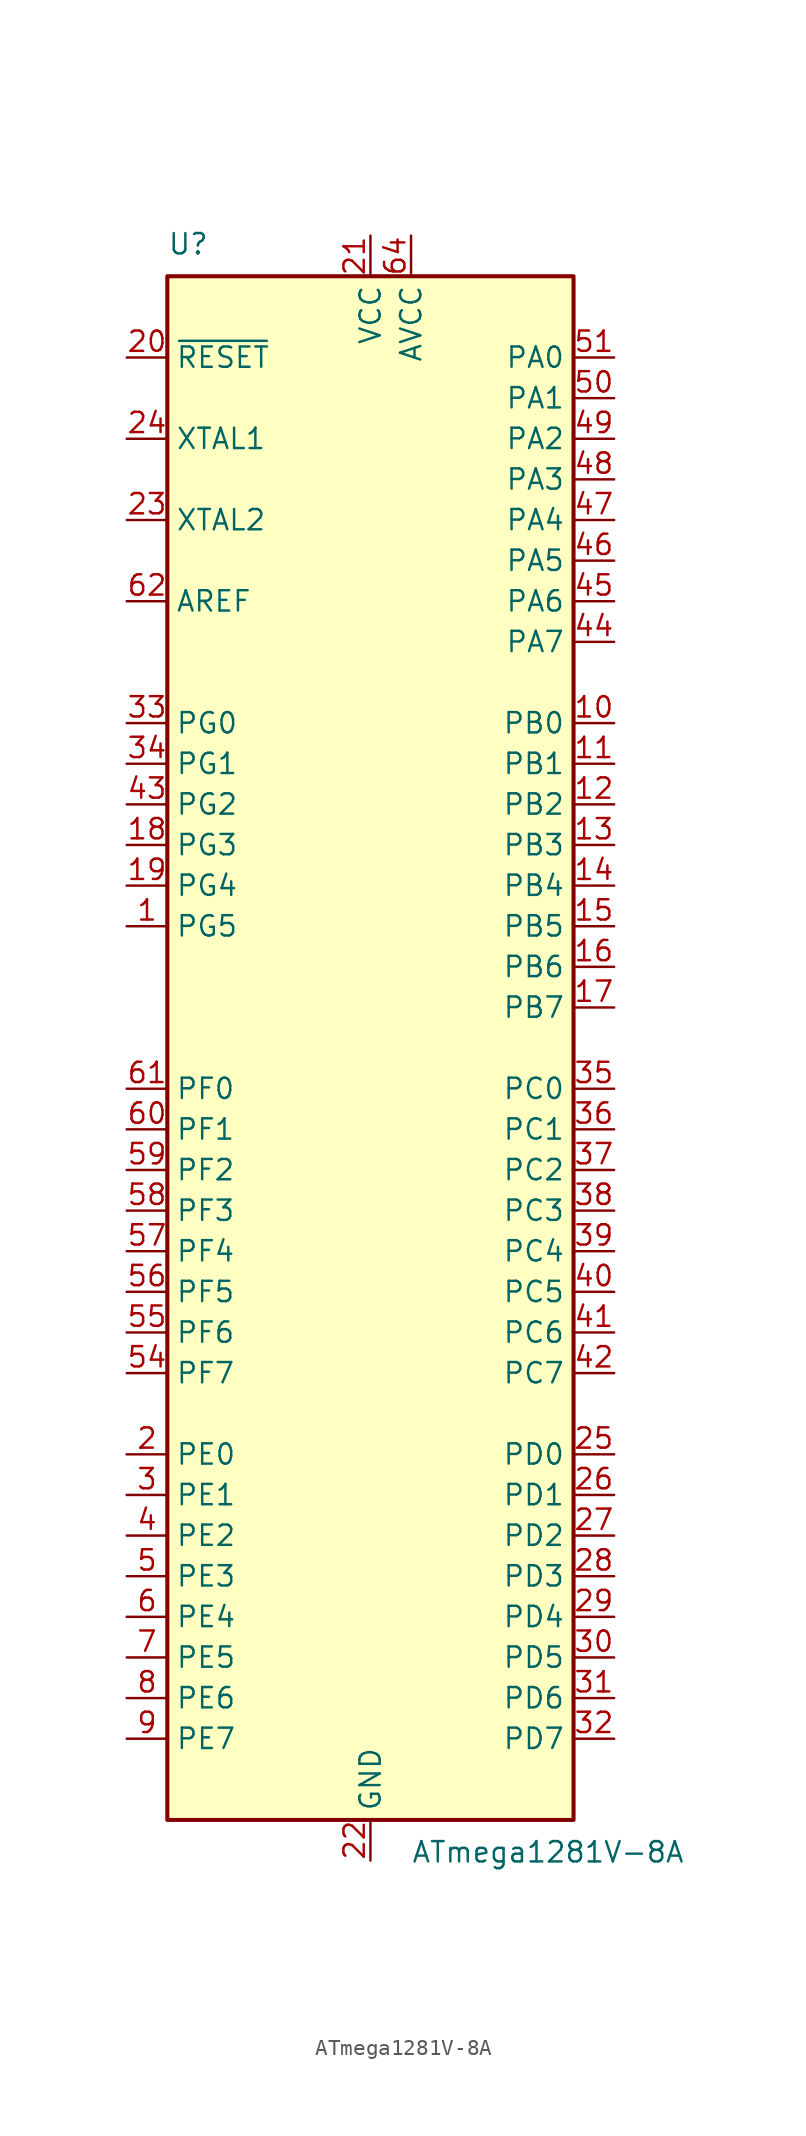
<source format=kicad_sym>
(kicad_symbol_lib
  (version 20241209)
  (generator "kicad_symbol_editor")
  (generator_version "9.0")
  (symbol "ATmega1281V-8A"
    (property "Reference" "U"
      (at -12.7 49.53 0)
      (effects (font (size 1.27 1.27)) (justify left bottom)))
    (property "Value" "ATmega1281V-8A"
      (at 2.54 -49.53 0)
      (effects (font (size 1.27 1.27)) (justify left top)))
    (symbol "ATmega1281V-8A_0_1"
      (rectangle (start -12.7 -48.26) (end 12.7 48.26) (stroke (width 0.254) (type default)) (fill (type background))))
    (symbol "ATmega1281V-8A_1_1"
      (pin input line (at -15.24 43.18 0) (length 2.54) (name "~{RESET}" (effects (font (size 1.27 1.27)))) (number "20" (effects (font (size 1.27 1.27)))))
      (pin input line (at -15.24 38.1 0) (length 2.54) (name "XTAL1" (effects (font (size 1.27 1.27)))) (number "24" (effects (font (size 1.27 1.27)))))
      (pin output line (at -15.24 33.02 0) (length 2.54) (name "XTAL2" (effects (font (size 1.27 1.27)))) (number "23" (effects (font (size 1.27 1.27)))))
      (pin passive line (at -15.24 27.94 0) (length 2.54) (name "AREF" (effects (font (size 1.27 1.27)))) (number "62" (effects (font (size 1.27 1.27)))))
      (pin bidirectional line (at -15.24 20.32 0) (length 2.54) (name "PG0" (effects (font (size 1.27 1.27)))) (number "33" (effects (font (size 1.27 1.27)))))
      (pin bidirectional line (at -15.24 17.78 0) (length 2.54) (name "PG1" (effects (font (size 1.27 1.27)))) (number "34" (effects (font (size 1.27 1.27)))))
      (pin bidirectional line (at -15.24 15.24 0) (length 2.54) (name "PG2" (effects (font (size 1.27 1.27)))) (number "43" (effects (font (size 1.27 1.27)))))
      (pin bidirectional line (at -15.24 12.7 0) (length 2.54) (name "PG3" (effects (font (size 1.27 1.27)))) (number "18" (effects (font (size 1.27 1.27)))))
      (pin bidirectional line (at -15.24 10.16 0) (length 2.54) (name "PG4" (effects (font (size 1.27 1.27)))) (number "19" (effects (font (size 1.27 1.27)))))
      (pin bidirectional line (at -15.24 7.62 0) (length 2.54) (name "PG5" (effects (font (size 1.27 1.27)))) (number "1" (effects (font (size 1.27 1.27)))))
      (pin bidirectional line (at -15.24 -2.54 0) (length 2.54) (name "PF0" (effects (font (size 1.27 1.27)))) (number "61" (effects (font (size 1.27 1.27)))))
      (pin bidirectional line (at -15.24 -5.08 0) (length 2.54) (name "PF1" (effects (font (size 1.27 1.27)))) (number "60" (effects (font (size 1.27 1.27)))))
      (pin bidirectional line (at -15.24 -7.62 0) (length 2.54) (name "PF2" (effects (font (size 1.27 1.27)))) (number "59" (effects (font (size 1.27 1.27)))))
      (pin bidirectional line (at -15.24 -10.16 0) (length 2.54) (name "PF3" (effects (font (size 1.27 1.27)))) (number "58" (effects (font (size 1.27 1.27)))))
      (pin bidirectional line (at -15.24 -12.7 0) (length 2.54) (name "PF4" (effects (font (size 1.27 1.27)))) (number "57" (effects (font (size 1.27 1.27)))))
      (pin bidirectional line (at -15.24 -15.24 0) (length 2.54) (name "PF5" (effects (font (size 1.27 1.27)))) (number "56" (effects (font (size 1.27 1.27)))))
      (pin bidirectional line (at -15.24 -17.78 0) (length 2.54) (name "PF6" (effects (font (size 1.27 1.27)))) (number "55" (effects (font (size 1.27 1.27)))))
      (pin bidirectional line (at -15.24 -20.32 0) (length 2.54) (name "PF7" (effects (font (size 1.27 1.27)))) (number "54" (effects (font (size 1.27 1.27)))))
      (pin bidirectional line (at -15.24 -25.4 0) (length 2.54) (name "PE0" (effects (font (size 1.27 1.27)))) (number "2" (effects (font (size 1.27 1.27)))))
      (pin bidirectional line (at -15.24 -27.94 0) (length 2.54) (name "PE1" (effects (font (size 1.27 1.27)))) (number "3" (effects (font (size 1.27 1.27)))))
      (pin bidirectional line (at -15.24 -30.48 0) (length 2.54) (name "PE2" (effects (font (size 1.27 1.27)))) (number "4" (effects (font (size 1.27 1.27)))))
      (pin bidirectional line (at -15.24 -33.02 0) (length 2.54) (name "PE3" (effects (font (size 1.27 1.27)))) (number "5" (effects (font (size 1.27 1.27)))))
      (pin bidirectional line (at -15.24 -35.56 0) (length 2.54) (name "PE4" (effects (font (size 1.27 1.27)))) (number "6" (effects (font (size 1.27 1.27)))))
      (pin bidirectional line (at -15.24 -38.1 0) (length 2.54) (name "PE5" (effects (font (size 1.27 1.27)))) (number "7" (effects (font (size 1.27 1.27)))))
      (pin bidirectional line (at -15.24 -40.64 0) (length 2.54) (name "PE6" (effects (font (size 1.27 1.27)))) (number "8" (effects (font (size 1.27 1.27)))))
      (pin bidirectional line (at -15.24 -43.18 0) (length 2.54) (name "PE7" (effects (font (size 1.27 1.27)))) (number "9" (effects (font (size 1.27 1.27)))))
      (pin power_in line (at 0 50.8 270) (length 2.54) (name "VCC" (effects (font (size 1.27 1.27)))) (number "21" (effects (font (size 1.27 1.27)))))
      (pin passive line (at 0 50.8 270) (length 2.54) (hide yes) (name "VCC" (effects (font (size 1.27 1.27)))) (number "52" (effects (font (size 1.27 1.27)))))
      (pin power_in line (at 0 -50.8 90) (length 2.54) (name "GND" (effects (font (size 1.27 1.27)))) (number "22" (effects (font (size 1.27 1.27)))))
      (pin passive line (at 0 -50.8 90) (length 2.54) (hide yes) (name "GND" (effects (font (size 1.27 1.27)))) (number "53" (effects (font (size 1.27 1.27)))))
      (pin passive line (at 0 -50.8 90) (length 2.54) (hide yes) (name "GND" (effects (font (size 1.27 1.27)))) (number "63" (effects (font (size 1.27 1.27)))))
      (pin power_in line (at 2.54 50.8 270) (length 2.54) (name "AVCC" (effects (font (size 1.27 1.27)))) (number "64" (effects (font (size 1.27 1.27)))))
      (pin bidirectional line (at 15.24 43.18 180) (length 2.54) (name "PA0" (effects (font (size 1.27 1.27)))) (number "51" (effects (font (size 1.27 1.27)))))
      (pin bidirectional line (at 15.24 40.64 180) (length 2.54) (name "PA1" (effects (font (size 1.27 1.27)))) (number "50" (effects (font (size 1.27 1.27)))))
      (pin bidirectional line (at 15.24 38.1 180) (length 2.54) (name "PA2" (effects (font (size 1.27 1.27)))) (number "49" (effects (font (size 1.27 1.27)))))
      (pin bidirectional line (at 15.24 35.56 180) (length 2.54) (name "PA3" (effects (font (size 1.27 1.27)))) (number "48" (effects (font (size 1.27 1.27)))))
      (pin bidirectional line (at 15.24 33.02 180) (length 2.54) (name "PA4" (effects (font (size 1.27 1.27)))) (number "47" (effects (font (size 1.27 1.27)))))
      (pin bidirectional line (at 15.24 30.48 180) (length 2.54) (name "PA5" (effects (font (size 1.27 1.27)))) (number "46" (effects (font (size 1.27 1.27)))))
      (pin bidirectional line (at 15.24 27.94 180) (length 2.54) (name "PA6" (effects (font (size 1.27 1.27)))) (number "45" (effects (font (size 1.27 1.27)))))
      (pin bidirectional line (at 15.24 25.4 180) (length 2.54) (name "PA7" (effects (font (size 1.27 1.27)))) (number "44" (effects (font (size 1.27 1.27)))))
      (pin bidirectional line (at 15.24 20.32 180) (length 2.54) (name "PB0" (effects (font (size 1.27 1.27)))) (number "10" (effects (font (size 1.27 1.27)))))
      (pin bidirectional line (at 15.24 17.78 180) (length 2.54) (name "PB1" (effects (font (size 1.27 1.27)))) (number "11" (effects (font (size 1.27 1.27)))))
      (pin bidirectional line (at 15.24 15.24 180) (length 2.54) (name "PB2" (effects (font (size 1.27 1.27)))) (number "12" (effects (font (size 1.27 1.27)))))
      (pin bidirectional line (at 15.24 12.7 180) (length 2.54) (name "PB3" (effects (font (size 1.27 1.27)))) (number "13" (effects (font (size 1.27 1.27)))))
      (pin bidirectional line (at 15.24 10.16 180) (length 2.54) (name "PB4" (effects (font (size 1.27 1.27)))) (number "14" (effects (font (size 1.27 1.27)))))
      (pin bidirectional line (at 15.24 7.62 180) (length 2.54) (name "PB5" (effects (font (size 1.27 1.27)))) (number "15" (effects (font (size 1.27 1.27)))))
      (pin bidirectional line (at 15.24 5.08 180) (length 2.54) (name "PB6" (effects (font (size 1.27 1.27)))) (number "16" (effects (font (size 1.27 1.27)))))
      (pin bidirectional line (at 15.24 2.54 180) (length 2.54) (name "PB7" (effects (font (size 1.27 1.27)))) (number "17" (effects (font (size 1.27 1.27)))))
      (pin bidirectional line (at 15.24 -2.54 180) (length 2.54) (name "PC0" (effects (font (size 1.27 1.27)))) (number "35" (effects (font (size 1.27 1.27)))))
      (pin bidirectional line (at 15.24 -5.08 180) (length 2.54) (name "PC1" (effects (font (size 1.27 1.27)))) (number "36" (effects (font (size 1.27 1.27)))))
      (pin bidirectional line (at 15.24 -7.62 180) (length 2.54) (name "PC2" (effects (font (size 1.27 1.27)))) (number "37" (effects (font (size 1.27 1.27)))))
      (pin bidirectional line (at 15.24 -10.16 180) (length 2.54) (name "PC3" (effects (font (size 1.27 1.27)))) (number "38" (effects (font (size 1.27 1.27)))))
      (pin bidirectional line (at 15.24 -12.7 180) (length 2.54) (name "PC4" (effects (font (size 1.27 1.27)))) (number "39" (effects (font (size 1.27 1.27)))))
      (pin bidirectional line (at 15.24 -15.24 180) (length 2.54) (name "PC5" (effects (font (size 1.27 1.27)))) (number "40" (effects (font (size 1.27 1.27)))))
      (pin bidirectional line (at 15.24 -17.78 180) (length 2.54) (name "PC6" (effects (font (size 1.27 1.27)))) (number "41" (effects (font (size 1.27 1.27)))))
      (pin bidirectional line (at 15.24 -20.32 180) (length 2.54) (name "PC7" (effects (font (size 1.27 1.27)))) (number "42" (effects (font (size 1.27 1.27)))))
      (pin bidirectional line (at 15.24 -25.4 180) (length 2.54) (name "PD0" (effects (font (size 1.27 1.27)))) (number "25" (effects (font (size 1.27 1.27)))))
      (pin bidirectional line (at 15.24 -27.94 180) (length 2.54) (name "PD1" (effects (font (size 1.27 1.27)))) (number "26" (effects (font (size 1.27 1.27)))))
      (pin bidirectional line (at 15.24 -30.48 180) (length 2.54) (name "PD2" (effects (font (size 1.27 1.27)))) (number "27" (effects (font (size 1.27 1.27)))))
      (pin bidirectional line (at 15.24 -33.02 180) (length 2.54) (name "PD3" (effects (font (size 1.27 1.27)))) (number "28" (effects (font (size 1.27 1.27)))))
      (pin bidirectional line (at 15.24 -35.56 180) (length 2.54) (name "PD4" (effects (font (size 1.27 1.27)))) (number "29" (effects (font (size 1.27 1.27)))))
      (pin bidirectional line (at 15.24 -38.1 180) (length 2.54) (name "PD5" (effects (font (size 1.27 1.27)))) (number "30" (effects (font (size 1.27 1.27)))))
      (pin bidirectional line (at 15.24 -40.64 180) (length 2.54) (name "PD6" (effects (font (size 1.27 1.27)))) (number "31" (effects (font (size 1.27 1.27)))))
      (pin bidirectional line (at 15.24 -43.18 180) (length 2.54) (name "PD7" (effects (font (size 1.27 1.27)))) (number "32" (effects (font (size 1.27 1.27))))))))
</source>
